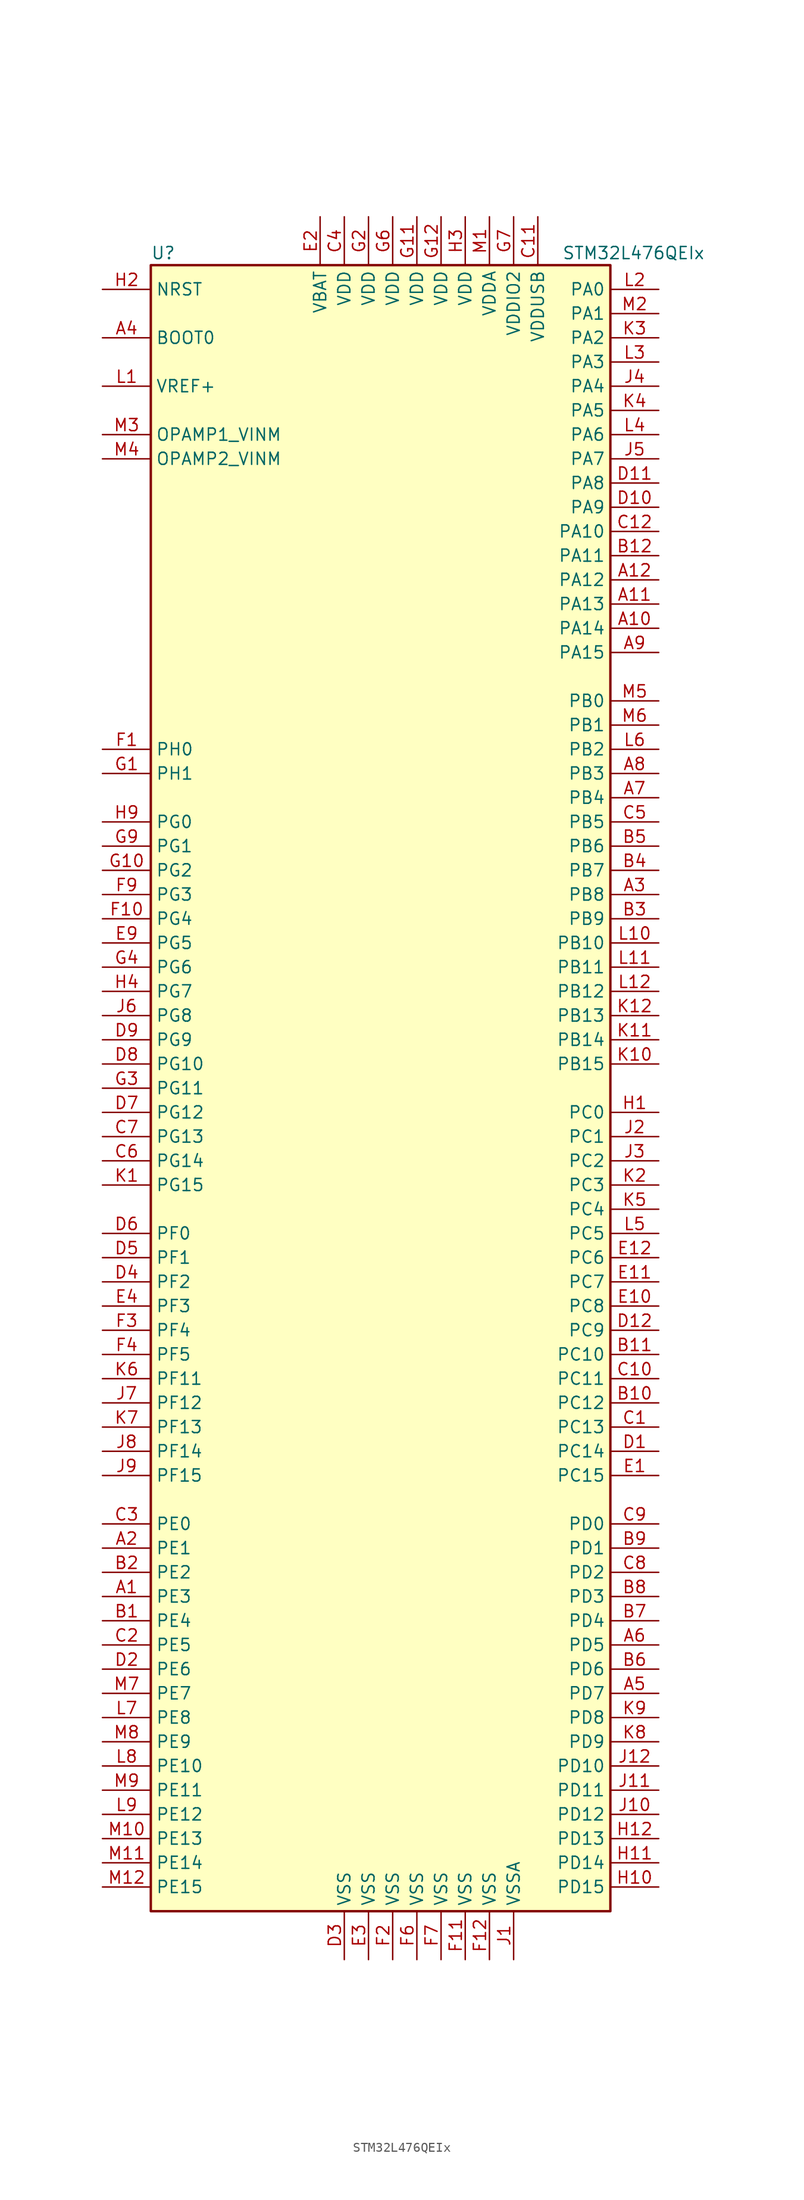
<source format=kicad_sym>
(kicad_symbol_lib
  (version 20220914)
  (generator kicad_symbol_editor)
  (symbol "STM32L476QEIx"
    (property "Reference" "U"
      (at -25.4 87.63 0)
      (effects (font (size 1.27 1.27)) (justify left)))
    (property "Value" "STM32L476QEIx"
      (at 17.78 87.63 0)
      (effects (font (size 1.27 1.27)) (justify left)))
    (symbol "STM32L476QEIx_0_1"
      (rectangle (start -25.4 -86.36) (end 22.86 86.36) (stroke (width 0.254) (type default)) (fill (type background))))
    (symbol "STM32L476QEIx_1_1"
      (pin bidirectional line (at -30.48 -53.34 0) (length 5.08) (name "PE3" (effects (font (size 1.27 1.27)))) (number "A1" (effects (font (size 1.27 1.27)))))
      (pin bidirectional line (at 27.94 48.26 180) (length 5.08) (name "PA14" (effects (font (size 1.27 1.27)))) (number "A10" (effects (font (size 1.27 1.27)))))
      (pin bidirectional line (at 27.94 50.8 180) (length 5.08) (name "PA13" (effects (font (size 1.27 1.27)))) (number "A11" (effects (font (size 1.27 1.27)))))
      (pin bidirectional line (at 27.94 53.34 180) (length 5.08) (name "PA12" (effects (font (size 1.27 1.27)))) (number "A12" (effects (font (size 1.27 1.27)))))
      (pin bidirectional line (at -30.48 -48.26 0) (length 5.08) (name "PE1" (effects (font (size 1.27 1.27)))) (number "A2" (effects (font (size 1.27 1.27)))))
      (pin bidirectional line (at 27.94 20.32 180) (length 5.08) (name "PB8" (effects (font (size 1.27 1.27)))) (number "A3" (effects (font (size 1.27 1.27)))))
      (pin input line (at -30.48 78.74 0) (length 5.08) (name "BOOT0" (effects (font (size 1.27 1.27)))) (number "A4" (effects (font (size 1.27 1.27)))))
      (pin bidirectional line (at 27.94 -63.5 180) (length 5.08) (name "PD7" (effects (font (size 1.27 1.27)))) (number "A5" (effects (font (size 1.27 1.27)))))
      (pin bidirectional line (at 27.94 -58.42 180) (length 5.08) (name "PD5" (effects (font (size 1.27 1.27)))) (number "A6" (effects (font (size 1.27 1.27)))))
      (pin bidirectional line (at 27.94 30.48 180) (length 5.08) (name "PB4" (effects (font (size 1.27 1.27)))) (number "A7" (effects (font (size 1.27 1.27)))))
      (pin bidirectional line (at 27.94 33.02 180) (length 5.08) (name "PB3" (effects (font (size 1.27 1.27)))) (number "A8" (effects (font (size 1.27 1.27)))))
      (pin bidirectional line (at 27.94 45.72 180) (length 5.08) (name "PA15" (effects (font (size 1.27 1.27)))) (number "A9" (effects (font (size 1.27 1.27)))))
      (pin bidirectional line (at -30.48 -55.88 0) (length 5.08) (name "PE4" (effects (font (size 1.27 1.27)))) (number "B1" (effects (font (size 1.27 1.27)))))
      (pin bidirectional line (at 27.94 -33.02 180) (length 5.08) (name "PC12" (effects (font (size 1.27 1.27)))) (number "B10" (effects (font (size 1.27 1.27)))))
      (pin bidirectional line (at 27.94 -27.94 180) (length 5.08) (name "PC10" (effects (font (size 1.27 1.27)))) (number "B11" (effects (font (size 1.27 1.27)))))
      (pin bidirectional line (at 27.94 55.88 180) (length 5.08) (name "PA11" (effects (font (size 1.27 1.27)))) (number "B12" (effects (font (size 1.27 1.27)))))
      (pin bidirectional line (at -30.48 -50.8 0) (length 5.08) (name "PE2" (effects (font (size 1.27 1.27)))) (number "B2" (effects (font (size 1.27 1.27)))))
      (pin bidirectional line (at 27.94 17.78 180) (length 5.08) (name "PB9" (effects (font (size 1.27 1.27)))) (number "B3" (effects (font (size 1.27 1.27)))))
      (pin bidirectional line (at 27.94 22.86 180) (length 5.08) (name "PB7" (effects (font (size 1.27 1.27)))) (number "B4" (effects (font (size 1.27 1.27)))))
      (pin bidirectional line (at 27.94 25.4 180) (length 5.08) (name "PB6" (effects (font (size 1.27 1.27)))) (number "B5" (effects (font (size 1.27 1.27)))))
      (pin bidirectional line (at 27.94 -60.96 180) (length 5.08) (name "PD6" (effects (font (size 1.27 1.27)))) (number "B6" (effects (font (size 1.27 1.27)))))
      (pin bidirectional line (at 27.94 -55.88 180) (length 5.08) (name "PD4" (effects (font (size 1.27 1.27)))) (number "B7" (effects (font (size 1.27 1.27)))))
      (pin bidirectional line (at 27.94 -53.34 180) (length 5.08) (name "PD3" (effects (font (size 1.27 1.27)))) (number "B8" (effects (font (size 1.27 1.27)))))
      (pin bidirectional line (at 27.94 -48.26 180) (length 5.08) (name "PD1" (effects (font (size 1.27 1.27)))) (number "B9" (effects (font (size 1.27 1.27)))))
      (pin bidirectional line (at 27.94 -35.56 180) (length 5.08) (name "PC13" (effects (font (size 1.27 1.27)))) (number "C1" (effects (font (size 1.27 1.27)))))
      (pin bidirectional line (at 27.94 -30.48 180) (length 5.08) (name "PC11" (effects (font (size 1.27 1.27)))) (number "C10" (effects (font (size 1.27 1.27)))))
      (pin power_in line (at 15.24 91.44 270) (length 5.08) (name "VDDUSB" (effects (font (size 1.27 1.27)))) (number "C11" (effects (font (size 1.27 1.27)))))
      (pin bidirectional line (at 27.94 58.42 180) (length 5.08) (name "PA10" (effects (font (size 1.27 1.27)))) (number "C12" (effects (font (size 1.27 1.27)))))
      (pin bidirectional line (at -30.48 -58.42 0) (length 5.08) (name "PE5" (effects (font (size 1.27 1.27)))) (number "C2" (effects (font (size 1.27 1.27)))))
      (pin bidirectional line (at -30.48 -45.72 0) (length 5.08) (name "PE0" (effects (font (size 1.27 1.27)))) (number "C3" (effects (font (size 1.27 1.27)))))
      (pin power_in line (at -5.08 91.44 270) (length 5.08) (name "VDD" (effects (font (size 1.27 1.27)))) (number "C4" (effects (font (size 1.27 1.27)))))
      (pin bidirectional line (at 27.94 27.94 180) (length 5.08) (name "PB5" (effects (font (size 1.27 1.27)))) (number "C5" (effects (font (size 1.27 1.27)))))
      (pin bidirectional line (at -30.48 -7.62 0) (length 5.08) (name "PG14" (effects (font (size 1.27 1.27)))) (number "C6" (effects (font (size 1.27 1.27)))))
      (pin bidirectional line (at -30.48 -5.08 0) (length 5.08) (name "PG13" (effects (font (size 1.27 1.27)))) (number "C7" (effects (font (size 1.27 1.27)))))
      (pin bidirectional line (at 27.94 -50.8 180) (length 5.08) (name "PD2" (effects (font (size 1.27 1.27)))) (number "C8" (effects (font (size 1.27 1.27)))))
      (pin bidirectional line (at 27.94 -45.72 180) (length 5.08) (name "PD0" (effects (font (size 1.27 1.27)))) (number "C9" (effects (font (size 1.27 1.27)))))
      (pin bidirectional line (at 27.94 -38.1 180) (length 5.08) (name "PC14" (effects (font (size 1.27 1.27)))) (number "D1" (effects (font (size 1.27 1.27)))))
      (pin bidirectional line (at 27.94 60.96 180) (length 5.08) (name "PA9" (effects (font (size 1.27 1.27)))) (number "D10" (effects (font (size 1.27 1.27)))))
      (pin bidirectional line (at 27.94 63.5 180) (length 5.08) (name "PA8" (effects (font (size 1.27 1.27)))) (number "D11" (effects (font (size 1.27 1.27)))))
      (pin bidirectional line (at 27.94 -25.4 180) (length 5.08) (name "PC9" (effects (font (size 1.27 1.27)))) (number "D12" (effects (font (size 1.27 1.27)))))
      (pin bidirectional line (at -30.48 -60.96 0) (length 5.08) (name "PE6" (effects (font (size 1.27 1.27)))) (number "D2" (effects (font (size 1.27 1.27)))))
      (pin power_in line (at -5.08 -91.44 90) (length 5.08) (name "VSS" (effects (font (size 1.27 1.27)))) (number "D3" (effects (font (size 1.27 1.27)))))
      (pin bidirectional line (at -30.48 -20.32 0) (length 5.08) (name "PF2" (effects (font (size 1.27 1.27)))) (number "D4" (effects (font (size 1.27 1.27)))))
      (pin bidirectional line (at -30.48 -17.78 0) (length 5.08) (name "PF1" (effects (font (size 1.27 1.27)))) (number "D5" (effects (font (size 1.27 1.27)))))
      (pin bidirectional line (at -30.48 -15.24 0) (length 5.08) (name "PF0" (effects (font (size 1.27 1.27)))) (number "D6" (effects (font (size 1.27 1.27)))))
      (pin bidirectional line (at -30.48 -2.54 0) (length 5.08) (name "PG12" (effects (font (size 1.27 1.27)))) (number "D7" (effects (font (size 1.27 1.27)))))
      (pin bidirectional line (at -30.48 2.54 0) (length 5.08) (name "PG10" (effects (font (size 1.27 1.27)))) (number "D8" (effects (font (size 1.27 1.27)))))
      (pin bidirectional line (at -30.48 5.08 0) (length 5.08) (name "PG9" (effects (font (size 1.27 1.27)))) (number "D9" (effects (font (size 1.27 1.27)))))
      (pin bidirectional line (at 27.94 -40.64 180) (length 5.08) (name "PC15" (effects (font (size 1.27 1.27)))) (number "E1" (effects (font (size 1.27 1.27)))))
      (pin bidirectional line (at 27.94 -22.86 180) (length 5.08) (name "PC8" (effects (font (size 1.27 1.27)))) (number "E10" (effects (font (size 1.27 1.27)))))
      (pin bidirectional line (at 27.94 -20.32 180) (length 5.08) (name "PC7" (effects (font (size 1.27 1.27)))) (number "E11" (effects (font (size 1.27 1.27)))))
      (pin bidirectional line (at 27.94 -17.78 180) (length 5.08) (name "PC6" (effects (font (size 1.27 1.27)))) (number "E12" (effects (font (size 1.27 1.27)))))
      (pin power_in line (at -7.62 91.44 270) (length 5.08) (name "VBAT" (effects (font (size 1.27 1.27)))) (number "E2" (effects (font (size 1.27 1.27)))))
      (pin power_in line (at -2.54 -91.44 90) (length 5.08) (name "VSS" (effects (font (size 1.27 1.27)))) (number "E3" (effects (font (size 1.27 1.27)))))
      (pin bidirectional line (at -30.48 -22.86 0) (length 5.08) (name "PF3" (effects (font (size 1.27 1.27)))) (number "E4" (effects (font (size 1.27 1.27)))))
      (pin bidirectional line (at -30.48 15.24 0) (length 5.08) (name "PG5" (effects (font (size 1.27 1.27)))) (number "E9" (effects (font (size 1.27 1.27)))))
      (pin input line (at -30.48 35.56 0) (length 5.08) (name "PH0" (effects (font (size 1.27 1.27)))) (number "F1" (effects (font (size 1.27 1.27)))))
      (pin bidirectional line (at -30.48 17.78 0) (length 5.08) (name "PG4" (effects (font (size 1.27 1.27)))) (number "F10" (effects (font (size 1.27 1.27)))))
      (pin power_in line (at 7.62 -91.44 90) (length 5.08) (name "VSS" (effects (font (size 1.27 1.27)))) (number "F11" (effects (font (size 1.27 1.27)))))
      (pin power_in line (at 10.16 -91.44 90) (length 5.08) (name "VSS" (effects (font (size 1.27 1.27)))) (number "F12" (effects (font (size 1.27 1.27)))))
      (pin power_in line (at 0 -91.44 90) (length 5.08) (name "VSS" (effects (font (size 1.27 1.27)))) (number "F2" (effects (font (size 1.27 1.27)))))
      (pin bidirectional line (at -30.48 -25.4 0) (length 5.08) (name "PF4" (effects (font (size 1.27 1.27)))) (number "F3" (effects (font (size 1.27 1.27)))))
      (pin bidirectional line (at -30.48 -27.94 0) (length 5.08) (name "PF5" (effects (font (size 1.27 1.27)))) (number "F4" (effects (font (size 1.27 1.27)))))
      (pin power_in line (at 2.54 -91.44 90) (length 5.08) (name "VSS" (effects (font (size 1.27 1.27)))) (number "F6" (effects (font (size 1.27 1.27)))))
      (pin power_in line (at 5.08 -91.44 90) (length 5.08) (name "VSS" (effects (font (size 1.27 1.27)))) (number "F7" (effects (font (size 1.27 1.27)))))
      (pin bidirectional line (at -30.48 20.32 0) (length 5.08) (name "PG3" (effects (font (size 1.27 1.27)))) (number "F9" (effects (font (size 1.27 1.27)))))
      (pin input line (at -30.48 33.02 0) (length 5.08) (name "PH1" (effects (font (size 1.27 1.27)))) (number "G1" (effects (font (size 1.27 1.27)))))
      (pin bidirectional line (at -30.48 22.86 0) (length 5.08) (name "PG2" (effects (font (size 1.27 1.27)))) (number "G10" (effects (font (size 1.27 1.27)))))
      (pin power_in line (at 2.54 91.44 270) (length 5.08) (name "VDD" (effects (font (size 1.27 1.27)))) (number "G11" (effects (font (size 1.27 1.27)))))
      (pin power_in line (at 5.08 91.44 270) (length 5.08) (name "VDD" (effects (font (size 1.27 1.27)))) (number "G12" (effects (font (size 1.27 1.27)))))
      (pin power_in line (at -2.54 91.44 270) (length 5.08) (name "VDD" (effects (font (size 1.27 1.27)))) (number "G2" (effects (font (size 1.27 1.27)))))
      (pin bidirectional line (at -30.48 0 0) (length 5.08) (name "PG11" (effects (font (size 1.27 1.27)))) (number "G3" (effects (font (size 1.27 1.27)))))
      (pin bidirectional line (at -30.48 12.7 0) (length 5.08) (name "PG6" (effects (font (size 1.27 1.27)))) (number "G4" (effects (font (size 1.27 1.27)))))
      (pin power_in line (at 0 91.44 270) (length 5.08) (name "VDD" (effects (font (size 1.27 1.27)))) (number "G6" (effects (font (size 1.27 1.27)))))
      (pin power_in line (at 12.7 91.44 270) (length 5.08) (name "VDDIO2" (effects (font (size 1.27 1.27)))) (number "G7" (effects (font (size 1.27 1.27)))))
      (pin bidirectional line (at -30.48 25.4 0) (length 5.08) (name "PG1" (effects (font (size 1.27 1.27)))) (number "G9" (effects (font (size 1.27 1.27)))))
      (pin bidirectional line (at 27.94 -2.54 180) (length 5.08) (name "PC0" (effects (font (size 1.27 1.27)))) (number "H1" (effects (font (size 1.27 1.27)))))
      (pin bidirectional line (at 27.94 -83.82 180) (length 5.08) (name "PD15" (effects (font (size 1.27 1.27)))) (number "H10" (effects (font (size 1.27 1.27)))))
      (pin bidirectional line (at 27.94 -81.28 180) (length 5.08) (name "PD14" (effects (font (size 1.27 1.27)))) (number "H11" (effects (font (size 1.27 1.27)))))
      (pin bidirectional line (at 27.94 -78.74 180) (length 5.08) (name "PD13" (effects (font (size 1.27 1.27)))) (number "H12" (effects (font (size 1.27 1.27)))))
      (pin input line (at -30.48 83.82 0) (length 5.08) (name "NRST" (effects (font (size 1.27 1.27)))) (number "H2" (effects (font (size 1.27 1.27)))))
      (pin power_in line (at 7.62 91.44 270) (length 5.08) (name "VDD" (effects (font (size 1.27 1.27)))) (number "H3" (effects (font (size 1.27 1.27)))))
      (pin bidirectional line (at -30.48 10.16 0) (length 5.08) (name "PG7" (effects (font (size 1.27 1.27)))) (number "H4" (effects (font (size 1.27 1.27)))))
      (pin bidirectional line (at -30.48 27.94 0) (length 5.08) (name "PG0" (effects (font (size 1.27 1.27)))) (number "H9" (effects (font (size 1.27 1.27)))))
      (pin power_in line (at 12.7 -91.44 90) (length 5.08) (name "VSSA" (effects (font (size 1.27 1.27)))) (number "J1" (effects (font (size 1.27 1.27)))))
      (pin bidirectional line (at 27.94 -76.2 180) (length 5.08) (name "PD12" (effects (font (size 1.27 1.27)))) (number "J10" (effects (font (size 1.27 1.27)))))
      (pin bidirectional line (at 27.94 -73.66 180) (length 5.08) (name "PD11" (effects (font (size 1.27 1.27)))) (number "J11" (effects (font (size 1.27 1.27)))))
      (pin bidirectional line (at 27.94 -71.12 180) (length 5.08) (name "PD10" (effects (font (size 1.27 1.27)))) (number "J12" (effects (font (size 1.27 1.27)))))
      (pin bidirectional line (at 27.94 -5.08 180) (length 5.08) (name "PC1" (effects (font (size 1.27 1.27)))) (number "J2" (effects (font (size 1.27 1.27)))))
      (pin bidirectional line (at 27.94 -7.62 180) (length 5.08) (name "PC2" (effects (font (size 1.27 1.27)))) (number "J3" (effects (font (size 1.27 1.27)))))
      (pin bidirectional line (at 27.94 73.66 180) (length 5.08) (name "PA4" (effects (font (size 1.27 1.27)))) (number "J4" (effects (font (size 1.27 1.27)))))
      (pin bidirectional line (at 27.94 66.04 180) (length 5.08) (name "PA7" (effects (font (size 1.27 1.27)))) (number "J5" (effects (font (size 1.27 1.27)))))
      (pin bidirectional line (at -30.48 7.62 0) (length 5.08) (name "PG8" (effects (font (size 1.27 1.27)))) (number "J6" (effects (font (size 1.27 1.27)))))
      (pin bidirectional line (at -30.48 -33.02 0) (length 5.08) (name "PF12" (effects (font (size 1.27 1.27)))) (number "J7" (effects (font (size 1.27 1.27)))))
      (pin bidirectional line (at -30.48 -38.1 0) (length 5.08) (name "PF14" (effects (font (size 1.27 1.27)))) (number "J8" (effects (font (size 1.27 1.27)))))
      (pin bidirectional line (at -30.48 -40.64 0) (length 5.08) (name "PF15" (effects (font (size 1.27 1.27)))) (number "J9" (effects (font (size 1.27 1.27)))))
      (pin bidirectional line (at -30.48 -10.16 0) (length 5.08) (name "PG15" (effects (font (size 1.27 1.27)))) (number "K1" (effects (font (size 1.27 1.27)))))
      (pin bidirectional line (at 27.94 2.54 180) (length 5.08) (name "PB15" (effects (font (size 1.27 1.27)))) (number "K10" (effects (font (size 1.27 1.27)))))
      (pin bidirectional line (at 27.94 5.08 180) (length 5.08) (name "PB14" (effects (font (size 1.27 1.27)))) (number "K11" (effects (font (size 1.27 1.27)))))
      (pin bidirectional line (at 27.94 7.62 180) (length 5.08) (name "PB13" (effects (font (size 1.27 1.27)))) (number "K12" (effects (font (size 1.27 1.27)))))
      (pin bidirectional line (at 27.94 -10.16 180) (length 5.08) (name "PC3" (effects (font (size 1.27 1.27)))) (number "K2" (effects (font (size 1.27 1.27)))))
      (pin bidirectional line (at 27.94 78.74 180) (length 5.08) (name "PA2" (effects (font (size 1.27 1.27)))) (number "K3" (effects (font (size 1.27 1.27)))))
      (pin bidirectional line (at 27.94 71.12 180) (length 5.08) (name "PA5" (effects (font (size 1.27 1.27)))) (number "K4" (effects (font (size 1.27 1.27)))))
      (pin bidirectional line (at 27.94 -12.7 180) (length 5.08) (name "PC4" (effects (font (size 1.27 1.27)))) (number "K5" (effects (font (size 1.27 1.27)))))
      (pin bidirectional line (at -30.48 -30.48 0) (length 5.08) (name "PF11" (effects (font (size 1.27 1.27)))) (number "K6" (effects (font (size 1.27 1.27)))))
      (pin bidirectional line (at -30.48 -35.56 0) (length 5.08) (name "PF13" (effects (font (size 1.27 1.27)))) (number "K7" (effects (font (size 1.27 1.27)))))
      (pin bidirectional line (at 27.94 -68.58 180) (length 5.08) (name "PD9" (effects (font (size 1.27 1.27)))) (number "K8" (effects (font (size 1.27 1.27)))))
      (pin bidirectional line (at 27.94 -66.04 180) (length 5.08) (name "PD8" (effects (font (size 1.27 1.27)))) (number "K9" (effects (font (size 1.27 1.27)))))
      (pin bidirectional line (at -30.48 73.66 0) (length 5.08) (name "VREF+" (effects (font (size 1.27 1.27)))) (number "L1" (effects (font (size 1.27 1.27)))))
      (pin bidirectional line (at 27.94 15.24 180) (length 5.08) (name "PB10" (effects (font (size 1.27 1.27)))) (number "L10" (effects (font (size 1.27 1.27)))))
      (pin bidirectional line (at 27.94 12.7 180) (length 5.08) (name "PB11" (effects (font (size 1.27 1.27)))) (number "L11" (effects (font (size 1.27 1.27)))))
      (pin bidirectional line (at 27.94 10.16 180) (length 5.08) (name "PB12" (effects (font (size 1.27 1.27)))) (number "L12" (effects (font (size 1.27 1.27)))))
      (pin bidirectional line (at 27.94 83.82 180) (length 5.08) (name "PA0" (effects (font (size 1.27 1.27)))) (number "L2" (effects (font (size 1.27 1.27)))))
      (pin bidirectional line (at 27.94 76.2 180) (length 5.08) (name "PA3" (effects (font (size 1.27 1.27)))) (number "L3" (effects (font (size 1.27 1.27)))))
      (pin bidirectional line (at 27.94 68.58 180) (length 5.08) (name "PA6" (effects (font (size 1.27 1.27)))) (number "L4" (effects (font (size 1.27 1.27)))))
      (pin bidirectional line (at 27.94 -15.24 180) (length 5.08) (name "PC5" (effects (font (size 1.27 1.27)))) (number "L5" (effects (font (size 1.27 1.27)))))
      (pin bidirectional line (at 27.94 35.56 180) (length 5.08) (name "PB2" (effects (font (size 1.27 1.27)))) (number "L6" (effects (font (size 1.27 1.27)))))
      (pin bidirectional line (at -30.48 -66.04 0) (length 5.08) (name "PE8" (effects (font (size 1.27 1.27)))) (number "L7" (effects (font (size 1.27 1.27)))))
      (pin bidirectional line (at -30.48 -71.12 0) (length 5.08) (name "PE10" (effects (font (size 1.27 1.27)))) (number "L8" (effects (font (size 1.27 1.27)))))
      (pin bidirectional line (at -30.48 -76.2 0) (length 5.08) (name "PE12" (effects (font (size 1.27 1.27)))) (number "L9" (effects (font (size 1.27 1.27)))))
      (pin power_in line (at 10.16 91.44 270) (length 5.08) (name "VDDA" (effects (font (size 1.27 1.27)))) (number "M1" (effects (font (size 1.27 1.27)))))
      (pin bidirectional line (at -30.48 -78.74 0) (length 5.08) (name "PE13" (effects (font (size 1.27 1.27)))) (number "M10" (effects (font (size 1.27 1.27)))))
      (pin bidirectional line (at -30.48 -81.28 0) (length 5.08) (name "PE14" (effects (font (size 1.27 1.27)))) (number "M11" (effects (font (size 1.27 1.27)))))
      (pin bidirectional line (at -30.48 -83.82 0) (length 5.08) (name "PE15" (effects (font (size 1.27 1.27)))) (number "M12" (effects (font (size 1.27 1.27)))))
      (pin bidirectional line (at 27.94 81.28 180) (length 5.08) (name "PA1" (effects (font (size 1.27 1.27)))) (number "M2" (effects (font (size 1.27 1.27)))))
      (pin bidirectional line (at -30.48 68.58 0) (length 5.08) (name "OPAMP1_VINM" (effects (font (size 1.27 1.27)))) (number "M3" (effects (font (size 1.27 1.27)))))
      (pin bidirectional line (at -30.48 66.04 0) (length 5.08) (name "OPAMP2_VINM" (effects (font (size 1.27 1.27)))) (number "M4" (effects (font (size 1.27 1.27)))))
      (pin bidirectional line (at 27.94 40.64 180) (length 5.08) (name "PB0" (effects (font (size 1.27 1.27)))) (number "M5" (effects (font (size 1.27 1.27)))))
      (pin bidirectional line (at 27.94 38.1 180) (length 5.08) (name "PB1" (effects (font (size 1.27 1.27)))) (number "M6" (effects (font (size 1.27 1.27)))))
      (pin bidirectional line (at -30.48 -63.5 0) (length 5.08) (name "PE7" (effects (font (size 1.27 1.27)))) (number "M7" (effects (font (size 1.27 1.27)))))
      (pin bidirectional line (at -30.48 -68.58 0) (length 5.08) (name "PE9" (effects (font (size 1.27 1.27)))) (number "M8" (effects (font (size 1.27 1.27)))))
      (pin bidirectional line (at -30.48 -73.66 0) (length 5.08) (name "PE11" (effects (font (size 1.27 1.27)))) (number "M9" (effects (font (size 1.27 1.27))))))))
</source>
